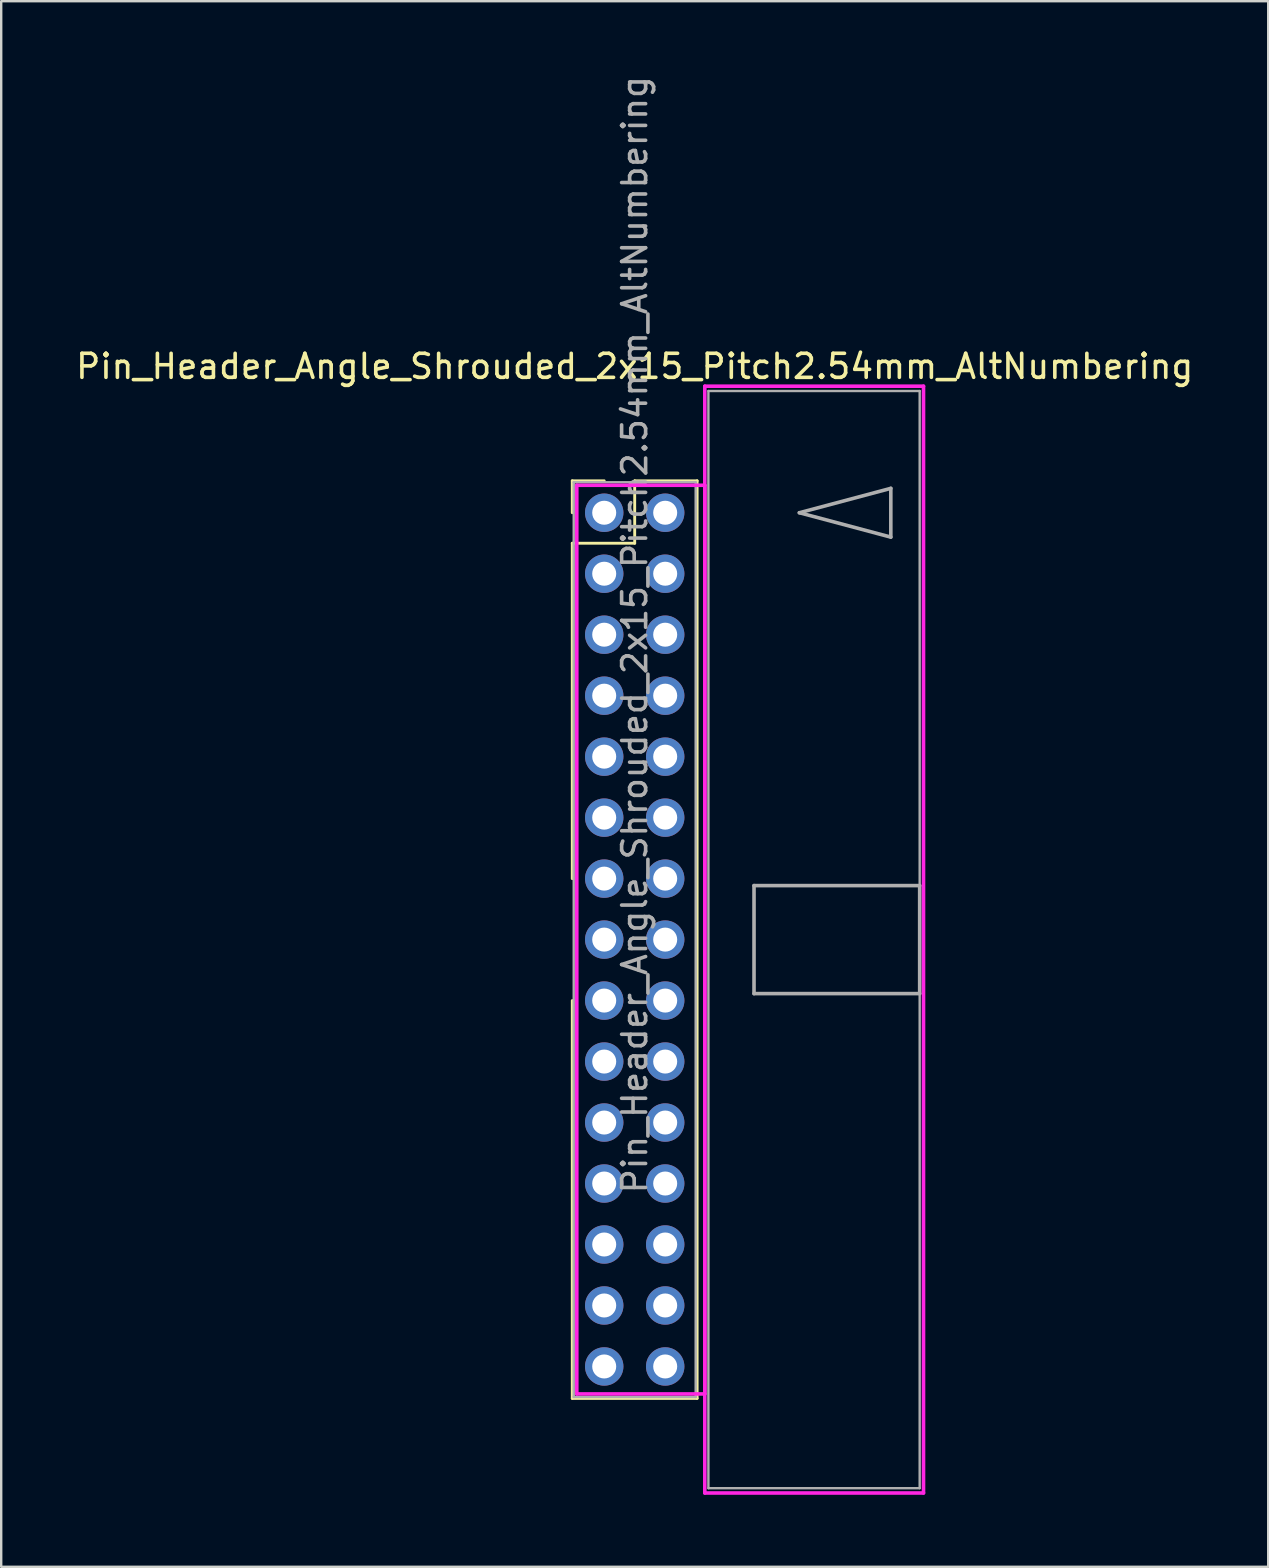
<source format=kicad_pcb>
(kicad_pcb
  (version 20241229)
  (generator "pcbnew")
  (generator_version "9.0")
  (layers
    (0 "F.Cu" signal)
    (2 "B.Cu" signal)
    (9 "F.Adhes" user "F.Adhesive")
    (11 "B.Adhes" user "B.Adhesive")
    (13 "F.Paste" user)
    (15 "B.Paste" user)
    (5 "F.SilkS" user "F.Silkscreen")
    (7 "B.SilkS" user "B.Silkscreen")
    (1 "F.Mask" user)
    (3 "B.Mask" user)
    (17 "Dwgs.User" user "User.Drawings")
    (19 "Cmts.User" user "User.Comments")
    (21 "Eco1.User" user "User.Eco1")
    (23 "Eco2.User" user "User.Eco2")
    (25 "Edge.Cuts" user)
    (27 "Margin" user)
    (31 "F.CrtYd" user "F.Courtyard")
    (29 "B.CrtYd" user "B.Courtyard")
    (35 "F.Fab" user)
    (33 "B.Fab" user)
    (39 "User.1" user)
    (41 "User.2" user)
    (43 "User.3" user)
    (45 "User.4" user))
  (footprint "Pin_Header_Angle_Shrouded_2x15_Pitch2.54mm_AltNumbering"
    (layer "F.Cu")
    (at 22.117 18.307)
    (property "Reference" "Pin_Header_Angle_Shrouded_2x15_Pitch2.54mm_AltNumbering" (at 1.27 -6.096 0) (layer "F.SilkS") (effects (font (size 1 1) (thickness 0.15))))
    (attr through_hole)
    (fp_line (start -1.33 -1.33) (end 0 -1.33) (stroke (width 0.12) (type solid)) (layer "F.SilkS"))
    (fp_line (start -1.33 0) (end -1.33 -1.33) (stroke (width 0.12) (type solid)) (layer "F.SilkS"))
    (fp_line (start -1.33 1.27) (end -1.33 15.24) (stroke (width 0.12) (type solid)) (layer "F.SilkS"))
    (fp_line (start -1.33 1.27) (end 1.27 1.27) (stroke (width 0.12) (type solid)) (layer "F.SilkS"))
    (fp_line (start -1.33 20.32) (end -1.33 36.89) (stroke (width 0.12) (type solid)) (layer "F.SilkS"))
    (fp_line (start -1.33 36.89) (end 3.87 36.89) (stroke (width 0.12) (type solid)) (layer "F.SilkS"))
    (fp_line (start 1.27 -1.33) (end 3.87 -1.33) (stroke (width 0.12) (type solid)) (layer "F.SilkS"))
    (fp_line (start 1.27 1.27) (end 1.27 -1.33) (stroke (width 0.12) (type solid)) (layer "F.SilkS"))
    (fp_line (start 3.87 -1.33) (end 3.87 36.89) (stroke (width 0.12) (type solid)) (layer "F.SilkS"))
    (fp_line (start -1.143 -1.143) (end -1.143 36.703) (stroke (width 0.15) (type solid)) (layer "F.CrtYd"))
    (fp_line (start -1.143 36.703) (end 4.19 36.703) (stroke (width 0.15) (type solid)) (layer "F.CrtYd"))
    (fp_line (start 4.19 -5.27) (end 4.19 40.83) (stroke (width 0.15) (type solid)) (layer "F.CrtYd"))
    (fp_line (start 4.19 -1.143) (end -1.143 -1.143) (stroke (width 0.15) (type solid)) (layer "F.CrtYd"))
    (fp_line (start 4.19 36.703) (end 4.19 -1.143) (stroke (width 0.15) (type solid)) (layer "F.CrtYd"))
    (fp_line (start 4.19 40.83) (end 13.3 40.83) (stroke (width 0.15) (type solid)) (layer "F.CrtYd"))
    (fp_line (start 13.3 -5.27) (end 4.19 -5.27) (stroke (width 0.15) (type solid)) (layer "F.CrtYd"))
    (fp_line (start 13.3 40.83) (end 13.3 -5.27) (stroke (width 0.15) (type solid)) (layer "F.CrtYd"))
    (fp_line (start -1.27 -1.27) (end -1.27 36.83) (stroke (width 0.1) (type solid)) (layer "F.Fab"))
    (fp_line (start -1.27 36.83) (end 3.81 36.83) (stroke (width 0.1) (type solid)) (layer "F.Fab"))
    (fp_line (start 3.81 -1.27) (end -1.27 -1.27) (stroke (width 0.1) (type solid)) (layer "F.Fab"))
    (fp_line (start 3.81 36.83) (end 3.81 -1.27) (stroke (width 0.1) (type solid)) (layer "F.Fab"))
    (fp_line (start 4.34 -5.07) (end 4.34 40.63) (stroke (width 0.1) (type solid)) (layer "F.Fab"))
    (fp_line (start 4.34 40.63) (end 13.14 40.63) (stroke (width 0.1) (type solid)) (layer "F.Fab"))
    (fp_line (start 6.24 15.53) (end 6.24 20.03) (stroke (width 0.15) (type solid)) (layer "F.Fab"))
    (fp_line (start 6.24 20.03) (end 13.14 20.03) (stroke (width 0.15) (type solid)) (layer "F.Fab"))
    (fp_line (start 8.128 0) (end 11.938 -1.016) (stroke (width 0.15) (type solid)) (layer "F.Fab"))
    (fp_line (start 11.938 -1.016) (end 11.938 1.016) (stroke (width 0.15) (type solid)) (layer "F.Fab"))
    (fp_line (start 11.938 1.016) (end 8.128 0) (stroke (width 0.15) (type solid)) (layer "F.Fab"))
    (fp_line (start 13.14 -5.07) (end 4.34 -5.07) (stroke (width 0.1) (type solid)) (layer "F.Fab"))
    (fp_line (start 13.14 15.53) (end 6.24 15.53) (stroke (width 0.15) (type solid)) (layer "F.Fab"))
    (fp_line (start 13.14 20.03) (end 13.14 15.53) (stroke (width 0.15) (type solid)) (layer "F.Fab"))
    (fp_line (start 13.14 40.63) (end 13.14 -5.07) (stroke (width 0.1) (type solid)) (layer "F.Fab"))
    (fp_text user "${REFERENCE}" (at 1.27 5.08 90) (layer "F.Fab") (effects (font (size 1 1) (thickness 0.15))))
    (pad "1" thru_hole oval (at 0 0) (size 1.6 1.6) (drill 1) (layers "*.Cu" "*.Mask"))
    (pad "2" thru_hole oval (at 0 2.54) (size 1.6 1.6) (drill 1) (layers "*.Cu" "*.Mask"))
    (pad "3" thru_hole oval (at 0 5.08) (size 1.6 1.6) (drill 1) (layers "*.Cu" "*.Mask"))
    (pad "4" thru_hole oval (at 0 7.62) (size 1.6 1.6) (drill 1) (layers "*.Cu" "*.Mask"))
    (pad "5" thru_hole oval (at 0 10.16) (size 1.6 1.6) (drill 1) (layers "*.Cu" "*.Mask"))
    (pad "6" thru_hole oval (at 0 12.7) (size 1.6 1.6) (drill 1) (layers "*.Cu" "*.Mask"))
    (pad "7" thru_hole oval (at 0 15.24) (size 1.6 1.6) (drill 1) (layers "*.Cu" "*.Mask"))
    (pad "8" thru_hole oval (at 0 17.78) (size 1.6 1.6) (drill 1) (layers "*.Cu" "*.Mask"))
    (pad "9" thru_hole oval (at 0 20.32) (size 1.6 1.6) (drill 1) (layers "*.Cu" "*.Mask"))
    (pad "10" thru_hole oval (at 0 22.86) (size 1.6 1.6) (drill 1) (layers "*.Cu" "*.Mask"))
    (pad "11" thru_hole oval (at 0 25.4) (size 1.6 1.6) (drill 1) (layers "*.Cu" "*.Mask"))
    (pad "12" thru_hole oval (at 0 27.94) (size 1.6 1.6) (drill 1) (layers "*.Cu" "*.Mask"))
    (pad "13" thru_hole oval (at 0 30.48) (size 1.6 1.6) (drill 1) (layers "*.Cu" "*.Mask"))
    (pad "14" thru_hole oval (at 0 33.02) (size 1.6 1.6) (drill 1) (layers "*.Cu" "*.Mask"))
    (pad "15" thru_hole oval (at 0 35.56) (size 1.6 1.6) (drill 1) (layers "*.Cu" "*.Mask"))
    (pad "16" thru_hole oval (at 2.54 0) (size 1.6 1.6) (drill 1) (layers "*.Cu" "*.Mask"))
    (pad "17" thru_hole oval (at 2.54 2.54) (size 1.6 1.6) (drill 1) (layers "*.Cu" "*.Mask"))
    (pad "18" thru_hole oval (at 2.54 5.08) (size 1.6 1.6) (drill 1) (layers "*.Cu" "*.Mask"))
    (pad "19" thru_hole oval (at 2.54 7.62) (size 1.6 1.6) (drill 1) (layers "*.Cu" "*.Mask"))
    (pad "20" thru_hole oval (at 2.54 10.16) (size 1.6 1.6) (drill 1) (layers "*.Cu" "*.Mask"))
    (pad "21" thru_hole oval (at 2.54 12.7) (size 1.6 1.6) (drill 1) (layers "*.Cu" "*.Mask"))
    (pad "22" thru_hole oval (at 2.54 15.24) (size 1.6 1.6) (drill 1) (layers "*.Cu" "*.Mask"))
    (pad "23" thru_hole oval (at 2.54 17.78) (size 1.6 1.6) (drill 1) (layers "*.Cu" "*.Mask"))
    (pad "24" thru_hole oval (at 2.54 20.32) (size 1.6 1.6) (drill 1) (layers "*.Cu" "*.Mask"))
    (pad "25" thru_hole oval (at 2.54 22.86) (size 1.6 1.6) (drill 1) (layers "*.Cu" "*.Mask"))
    (pad "26" thru_hole oval (at 2.54 25.4) (size 1.6 1.6) (drill 1) (layers "*.Cu" "*.Mask"))
    (pad "27" thru_hole oval (at 2.54 27.94) (size 1.6 1.6) (drill 1) (layers "*.Cu" "*.Mask"))
    (pad "28" thru_hole oval (at 2.54 30.48) (size 1.6 1.6) (drill 1) (layers "*.Cu" "*.Mask"))
    (pad "29" thru_hole oval (at 2.54 33.02) (size 1.6 1.6) (drill 1) (layers "*.Cu" "*.Mask"))
    (pad "30" thru_hole oval (at 2.54 35.56) (size 1.6 1.6) (drill 1) (layers "*.Cu" "*.Mask")))
  (gr_rect
    (start -3 -3)
    (end 49.774 62.212)
    (stroke (width 0.1) (type default))
    (fill no)
    (layer "Edge.Cuts")))
</source>
